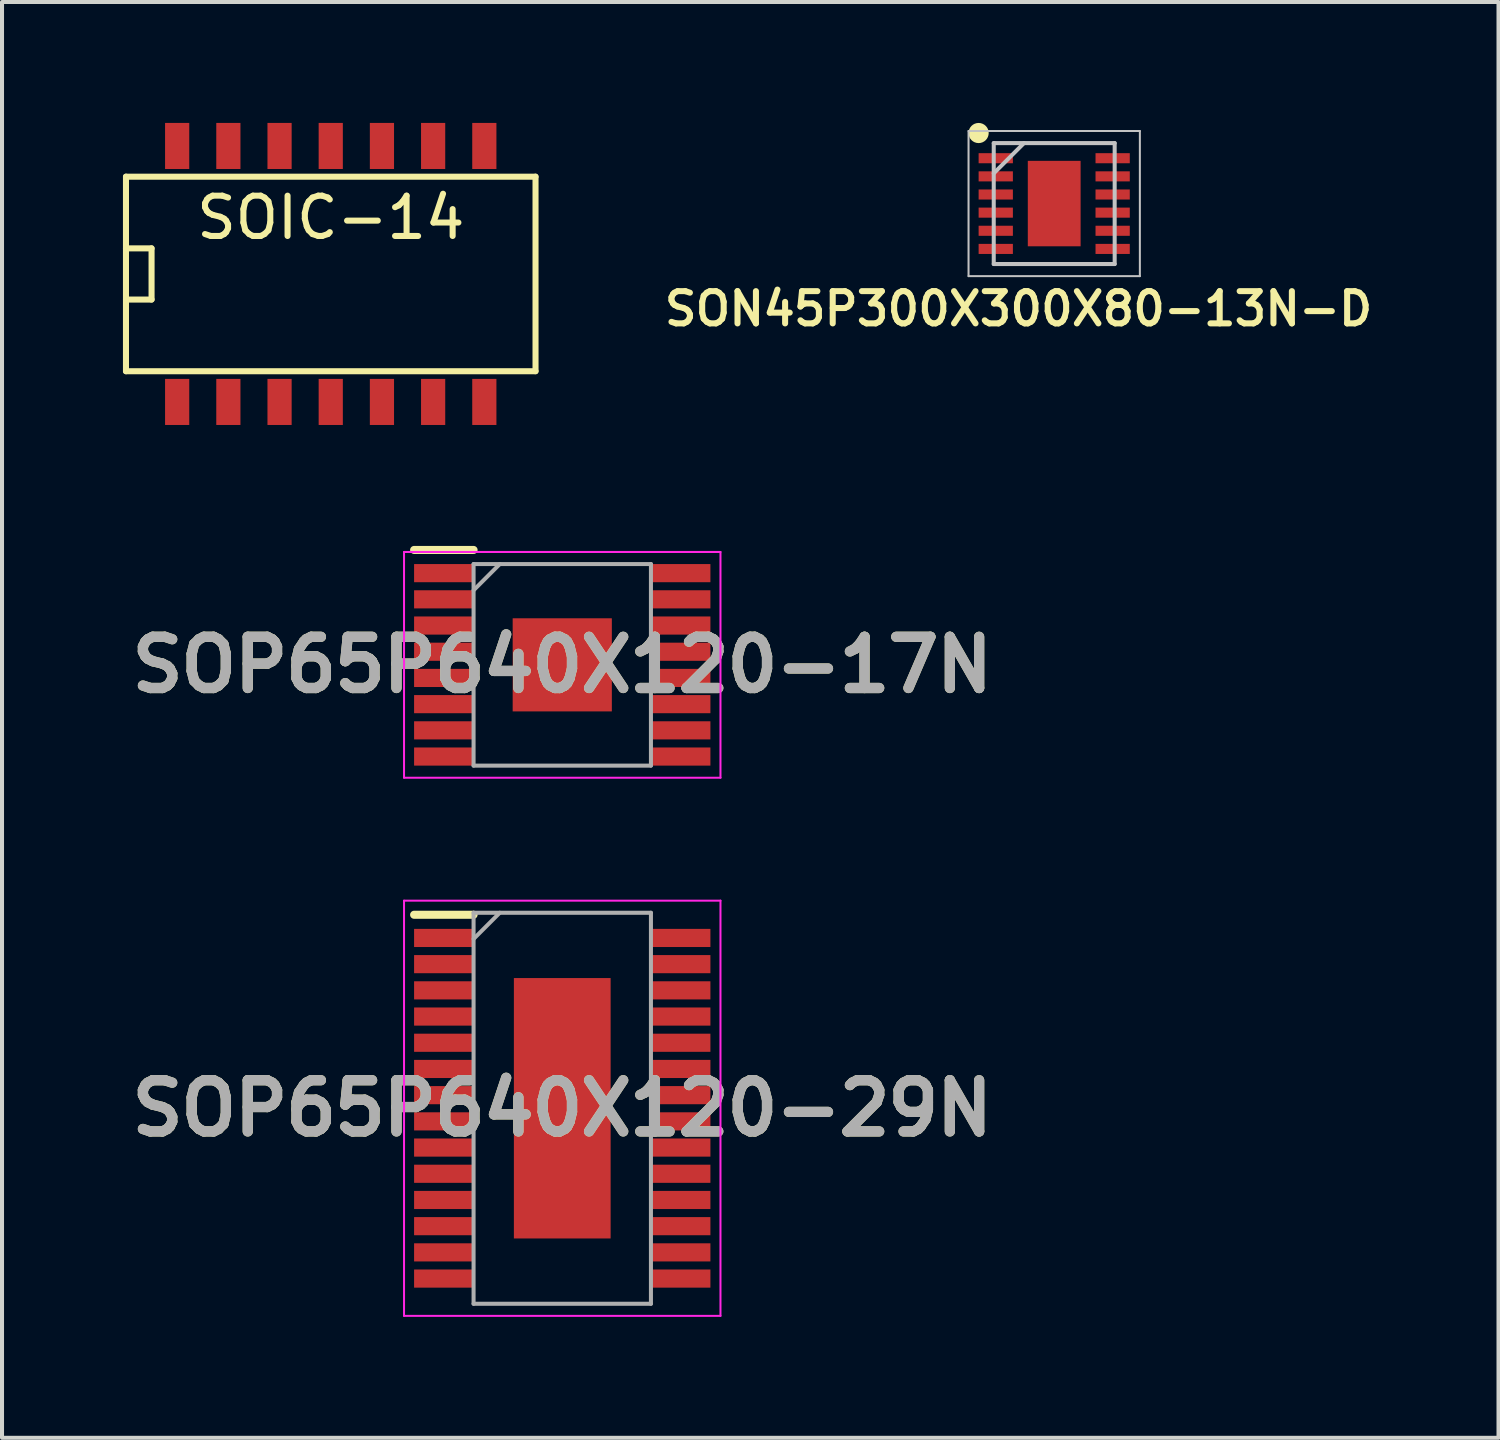
<source format=kicad_pcb>
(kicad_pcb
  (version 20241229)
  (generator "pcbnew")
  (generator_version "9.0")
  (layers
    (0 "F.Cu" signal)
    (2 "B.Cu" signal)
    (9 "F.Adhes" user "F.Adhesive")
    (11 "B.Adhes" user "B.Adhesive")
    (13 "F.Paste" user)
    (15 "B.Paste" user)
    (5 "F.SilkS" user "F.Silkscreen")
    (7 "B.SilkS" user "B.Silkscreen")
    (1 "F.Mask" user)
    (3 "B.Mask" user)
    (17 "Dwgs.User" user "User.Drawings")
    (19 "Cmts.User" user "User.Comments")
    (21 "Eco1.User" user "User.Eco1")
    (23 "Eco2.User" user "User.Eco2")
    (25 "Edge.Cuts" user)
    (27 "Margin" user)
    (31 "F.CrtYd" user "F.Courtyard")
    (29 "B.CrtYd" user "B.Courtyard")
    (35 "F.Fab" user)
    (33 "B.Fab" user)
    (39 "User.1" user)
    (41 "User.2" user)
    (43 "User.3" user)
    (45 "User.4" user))
  (footprint "SOP65P640X120-29N"
    (layer "F.Cu")
    (at 10.898 24.443)
    (property "Reference" "SOP65P640X120-29N" (at 0 0 0) (layer "F.SilkS") (effects (font (size 1.27 1.27) (thickness 0.254))))
    (attr smd)
    (fp_line (start -3.675 -4.8) (end -2.2 -4.8) (stroke (width 0.2) (type solid)) (layer "F.SilkS"))
    (fp_line (start -3.925 -5.15) (end 3.925 -5.15) (stroke (width 0.05) (type solid)) (layer "F.CrtYd"))
    (fp_line (start -3.925 5.15) (end -3.925 -5.15) (stroke (width 0.05) (type solid)) (layer "F.CrtYd"))
    (fp_line (start 3.925 -5.15) (end 3.925 5.15) (stroke (width 0.05) (type solid)) (layer "F.CrtYd"))
    (fp_line (start 3.925 5.15) (end -3.925 5.15) (stroke (width 0.05) (type solid)) (layer "F.CrtYd"))
    (fp_line (start -2.2 -4.85) (end 2.2 -4.85) (stroke (width 0.1) (type solid)) (layer "F.Fab"))
    (fp_line (start -2.2 -4.2) (end -1.55 -4.85) (stroke (width 0.1) (type solid)) (layer "F.Fab"))
    (fp_line (start -2.2 4.85) (end -2.2 -4.85) (stroke (width 0.1) (type solid)) (layer "F.Fab"))
    (fp_line (start 2.2 -4.85) (end 2.2 4.85) (stroke (width 0.1) (type solid)) (layer "F.Fab"))
    (fp_line (start 2.2 4.85) (end -2.2 4.85) (stroke (width 0.1) (type solid)) (layer "F.Fab"))
    (fp_text user "${REFERENCE}" (at 0 0 0) (layer "F.Fab") (effects (font (size 1.27 1.27) (thickness 0.254))))
    (pad "1" smd rect (at -2.938 -4.225 90) (size 0.45 1.475) (layers "F.Cu" "F.Mask" "F.Paste"))
    (pad "2" smd rect (at -2.938 -3.575 90) (size 0.45 1.475) (layers "F.Cu" "F.Mask" "F.Paste"))
    (pad "3" smd rect (at -2.938 -2.925 90) (size 0.45 1.475) (layers "F.Cu" "F.Mask" "F.Paste"))
    (pad "4" smd rect (at -2.938 -2.275 90) (size 0.45 1.475) (layers "F.Cu" "F.Mask" "F.Paste"))
    (pad "5" smd rect (at -2.938 -1.625 90) (size 0.45 1.475) (layers "F.Cu" "F.Mask" "F.Paste"))
    (pad "6" smd rect (at -2.938 -0.975 90) (size 0.45 1.475) (layers "F.Cu" "F.Mask" "F.Paste"))
    (pad "7" smd rect (at -2.938 -0.325 90) (size 0.45 1.475) (layers "F.Cu" "F.Mask" "F.Paste"))
    (pad "8" smd rect (at -2.938 0.325 90) (size 0.45 1.475) (layers "F.Cu" "F.Mask" "F.Paste"))
    (pad "9" smd rect (at -2.938 0.975 90) (size 0.45 1.475) (layers "F.Cu" "F.Mask" "F.Paste"))
    (pad "10" smd rect (at -2.938 1.625 90) (size 0.45 1.475) (layers "F.Cu" "F.Mask" "F.Paste"))
    (pad "11" smd rect (at -2.938 2.275 90) (size 0.45 1.475) (layers "F.Cu" "F.Mask" "F.Paste"))
    (pad "12" smd rect (at -2.938 2.925 90) (size 0.45 1.475) (layers "F.Cu" "F.Mask" "F.Paste"))
    (pad "13" smd rect (at -2.938 3.575 90) (size 0.45 1.475) (layers "F.Cu" "F.Mask" "F.Paste"))
    (pad "14" smd rect (at -2.938 4.225 90) (size 0.45 1.475) (layers "F.Cu" "F.Mask" "F.Paste"))
    (pad "15" smd rect (at 2.938 4.225 90) (size 0.45 1.475) (layers "F.Cu" "F.Mask" "F.Paste"))
    (pad "16" smd rect (at 2.938 3.575 90) (size 0.45 1.475) (layers "F.Cu" "F.Mask" "F.Paste"))
    (pad "17" smd rect (at 2.938 2.925 90) (size 0.45 1.475) (layers "F.Cu" "F.Mask" "F.Paste"))
    (pad "18" smd rect (at 2.938 2.275 90) (size 0.45 1.475) (layers "F.Cu" "F.Mask" "F.Paste"))
    (pad "19" smd rect (at 2.938 1.625 90) (size 0.45 1.475) (layers "F.Cu" "F.Mask" "F.Paste"))
    (pad "20" smd rect (at 2.938 0.975 90) (size 0.45 1.475) (layers "F.Cu" "F.Mask" "F.Paste"))
    (pad "21" smd rect (at 2.938 0.325 90) (size 0.45 1.475) (layers "F.Cu" "F.Mask" "F.Paste"))
    (pad "22" smd rect (at 2.938 -0.325 90) (size 0.45 1.475) (layers "F.Cu" "F.Mask" "F.Paste"))
    (pad "23" smd rect (at 2.938 -0.975 90) (size 0.45 1.475) (layers "F.Cu" "F.Mask" "F.Paste"))
    (pad "24" smd rect (at 2.938 -1.625 90) (size 0.45 1.475) (layers "F.Cu" "F.Mask" "F.Paste"))
    (pad "25" smd rect (at 2.938 -2.275 90) (size 0.45 1.475) (layers "F.Cu" "F.Mask" "F.Paste"))
    (pad "26" smd rect (at 2.938 -2.925 90) (size 0.45 1.475) (layers "F.Cu" "F.Mask" "F.Paste"))
    (pad "27" smd rect (at 2.938 -3.575 90) (size 0.45 1.475) (layers "F.Cu" "F.Mask" "F.Paste"))
    (pad "28" smd rect (at 2.938 -4.225 90) (size 0.45 1.475) (layers "F.Cu" "F.Mask" "F.Paste"))
    (pad "29" smd rect (at 0 0) (size 2.4 6.46) (layers "F.Cu" "F.Mask" "F.Paste")))
  (footprint "SON45P300X300X80-13N-D"
    (layer "F.Cu")
    (at 23.102 2)
    (property "Reference" "SON45P300X300X80-13N-D" (at -0.885 2.61 0) (layer "F.SilkS") (effects (font (size 0.8 0.8) (thickness 0.15))))
    (attr smd)
    (fp_circle (center -1.875 -1.75) (end -1.875 -1.625) (stroke (width 0.25) (type solid)) (fill no) (layer "F.SilkS"))
    (fp_line (start -2.125 -1.8) (end 2.125 -1.8) (stroke (width 0.05) (type solid)) (layer "Dwgs.User"))
    (fp_line (start -2.125 1.8) (end -2.125 -1.8) (stroke (width 0.05) (type solid)) (layer "Dwgs.User"))
    (fp_line (start -1.5 -1.5) (end 1.5 -1.5) (stroke (width 0.1) (type solid)) (layer "Dwgs.User"))
    (fp_line (start -1.5 -0.75) (end -0.75 -1.5) (stroke (width 0.1) (type solid)) (layer "Dwgs.User"))
    (fp_line (start -1.5 1.5) (end -1.5 -1.5) (stroke (width 0.1) (type solid)) (layer "Dwgs.User"))
    (fp_line (start 1.5 -1.5) (end 1.5 1.5) (stroke (width 0.1) (type solid)) (layer "Dwgs.User"))
    (fp_line (start 1.5 1.5) (end -1.5 1.5) (stroke (width 0.1) (type solid)) (layer "Dwgs.User"))
    (fp_line (start 2.125 -1.8) (end 2.125 1.8) (stroke (width 0.05) (type solid)) (layer "Dwgs.User"))
    (fp_line (start 2.125 1.8) (end -2.125 1.8) (stroke (width 0.05) (type solid)) (layer "Dwgs.User"))
    (pad "1" smd rect (at -1.45 -1.125 90) (size 0.25 0.85) (layers "F.Cu" "F.Mask" "F.Paste"))
    (pad "2" smd rect (at -1.45 -0.675 90) (size 0.25 0.85) (layers "F.Cu" "F.Mask" "F.Paste"))
    (pad "3" smd rect (at -1.45 -0.225 90) (size 0.25 0.85) (layers "F.Cu" "F.Mask" "F.Paste"))
    (pad "4" smd rect (at -1.45 0.225 90) (size 0.25 0.85) (layers "F.Cu" "F.Mask" "F.Paste"))
    (pad "5" smd rect (at -1.45 0.675 90) (size 0.25 0.85) (layers "F.Cu" "F.Mask" "F.Paste"))
    (pad "6" smd rect (at -1.45 1.125 90) (size 0.25 0.85) (layers "F.Cu" "F.Mask" "F.Paste"))
    (pad "7" smd rect (at 1.45 1.125 90) (size 0.25 0.85) (layers "F.Cu" "F.Mask" "F.Paste"))
    (pad "8" smd rect (at 1.45 0.675 90) (size 0.25 0.85) (layers "F.Cu" "F.Mask" "F.Paste"))
    (pad "9" smd rect (at 1.45 0.225 90) (size 0.25 0.85) (layers "F.Cu" "F.Mask" "F.Paste"))
    (pad "10" smd rect (at 1.45 -0.225 90) (size 0.25 0.85) (layers "F.Cu" "F.Mask" "F.Paste"))
    (pad "11" smd rect (at 1.45 -0.675 90) (size 0.25 0.85) (layers "F.Cu" "F.Mask" "F.Paste"))
    (pad "12" smd rect (at 1.45 -1.125 90) (size 0.25 0.85) (layers "F.Cu" "F.Mask" "F.Paste"))
    (pad "13" smd rect (at 0 0) (size 1.31 2.12) (layers "F.Cu" "F.Paste")))
  (footprint "SOP65P640X120-17N"
    (layer "F.Cu")
    (at 10.898 13.443)
    (property "Reference" "SOP65P640X120-17N" (at 0 0 0) (layer "F.SilkS") (effects (font (size 1.27 1.27) (thickness 0.254))))
    (attr smd)
    (fp_line (start -3.675 -2.85) (end -2.2 -2.85) (stroke (width 0.2) (type solid)) (layer "F.SilkS"))
    (fp_line (start -3.925 -2.8) (end 3.925 -2.8) (stroke (width 0.05) (type solid)) (layer "F.CrtYd"))
    (fp_line (start -3.925 2.8) (end -3.925 -2.8) (stroke (width 0.05) (type solid)) (layer "F.CrtYd"))
    (fp_line (start 3.925 -2.8) (end 3.925 2.8) (stroke (width 0.05) (type solid)) (layer "F.CrtYd"))
    (fp_line (start 3.925 2.8) (end -3.925 2.8) (stroke (width 0.05) (type solid)) (layer "F.CrtYd"))
    (fp_line (start -2.2 -2.5) (end 2.2 -2.5) (stroke (width 0.1) (type solid)) (layer "F.Fab"))
    (fp_line (start -2.2 -1.85) (end -1.55 -2.5) (stroke (width 0.1) (type solid)) (layer "F.Fab"))
    (fp_line (start -2.2 2.5) (end -2.2 -2.5) (stroke (width 0.1) (type solid)) (layer "F.Fab"))
    (fp_line (start 2.2 -2.5) (end 2.2 2.5) (stroke (width 0.1) (type solid)) (layer "F.Fab"))
    (fp_line (start 2.2 2.5) (end -2.2 2.5) (stroke (width 0.1) (type solid)) (layer "F.Fab"))
    (fp_text user "${REFERENCE}" (at 0 0 0) (layer "F.Fab") (effects (font (size 1.27 1.27) (thickness 0.254))))
    (pad "1" smd rect (at -2.938 -2.275 90) (size 0.45 1.475) (layers "F.Cu" "F.Mask" "F.Paste"))
    (pad "2" smd rect (at -2.938 -1.625 90) (size 0.45 1.475) (layers "F.Cu" "F.Mask" "F.Paste"))
    (pad "3" smd rect (at -2.938 -0.975 90) (size 0.45 1.475) (layers "F.Cu" "F.Mask" "F.Paste"))
    (pad "4" smd rect (at -2.938 -0.325 90) (size 0.45 1.475) (layers "F.Cu" "F.Mask" "F.Paste"))
    (pad "5" smd rect (at -2.938 0.325 90) (size 0.45 1.475) (layers "F.Cu" "F.Mask" "F.Paste"))
    (pad "6" smd rect (at -2.938 0.975 90) (size 0.45 1.475) (layers "F.Cu" "F.Mask" "F.Paste"))
    (pad "7" smd rect (at -2.938 1.625 90) (size 0.45 1.475) (layers "F.Cu" "F.Mask" "F.Paste"))
    (pad "8" smd rect (at -2.938 2.275 90) (size 0.45 1.475) (layers "F.Cu" "F.Mask" "F.Paste"))
    (pad "9" smd rect (at 2.938 2.275 90) (size 0.45 1.475) (layers "F.Cu" "F.Mask" "F.Paste"))
    (pad "10" smd rect (at 2.938 1.625 90) (size 0.45 1.475) (layers "F.Cu" "F.Mask" "F.Paste"))
    (pad "11" smd rect (at 2.938 0.975 90) (size 0.45 1.475) (layers "F.Cu" "F.Mask" "F.Paste"))
    (pad "12" smd rect (at 2.938 0.325 90) (size 0.45 1.475) (layers "F.Cu" "F.Mask" "F.Paste"))
    (pad "13" smd rect (at 2.938 -0.325 90) (size 0.45 1.475) (layers "F.Cu" "F.Mask" "F.Paste"))
    (pad "14" smd rect (at 2.938 -0.975 90) (size 0.45 1.475) (layers "F.Cu" "F.Mask" "F.Paste"))
    (pad "15" smd rect (at 2.938 -1.625 90) (size 0.45 1.475) (layers "F.Cu" "F.Mask" "F.Paste"))
    (pad "16" smd rect (at 2.938 -2.275 90) (size 0.45 1.475) (layers "F.Cu" "F.Mask" "F.Paste"))
    (pad "17" smd rect (at 0 0 90) (size 2.31 2.46) (layers "F.Cu" "F.Mask" "F.Paste")))
  (footprint "SOIC-14"
    (layer "F.Cu")
    (at 5.155 3.619)
    (property "Reference" "SOIC-14" (at 0 -1.27 0) (layer "F.SilkS") (effects (font (size 1 1) (thickness 0.15))))
    (attr smd)
    (fp_line (start -5.08 -2.286) (end 5.08 -2.286) (stroke (width 0.15) (type solid)) (layer "F.SilkS"))
    (fp_line (start -5.08 -0.508) (end -4.445 -0.508) (stroke (width 0.15) (type solid)) (layer "F.SilkS"))
    (fp_line (start -5.08 2.54) (end -5.08 -2.286) (stroke (width 0.15) (type solid)) (layer "F.SilkS"))
    (fp_line (start -4.445 -0.508) (end -4.445 0.762) (stroke (width 0.15) (type solid)) (layer "F.SilkS"))
    (fp_line (start -4.445 0.762) (end -5.08 0.762) (stroke (width 0.15) (type solid)) (layer "F.SilkS"))
    (fp_line (start 5.08 -2.286) (end 5.08 2.54) (stroke (width 0.15) (type solid)) (layer "F.SilkS"))
    (fp_line (start 5.08 2.54) (end -5.08 2.54) (stroke (width 0.15) (type solid)) (layer "F.SilkS"))
    (pad "1" smd rect (at -3.81 3.302) (size 0.6 1.143) (layers "F.Cu" "F.Mask" "F.Paste"))
    (pad "2" smd rect (at -2.54 3.302) (size 0.6 1.143) (layers "F.Cu" "F.Mask" "F.Paste"))
    (pad "3" smd rect (at -1.27 3.302) (size 0.6 1.143) (layers "F.Cu" "F.Mask" "F.Paste"))
    (pad "4" smd rect (at 0 3.302) (size 0.6 1.143) (layers "F.Cu" "F.Mask" "F.Paste"))
    (pad "5" smd rect (at 1.27 3.302) (size 0.6 1.143) (layers "F.Cu" "F.Mask" "F.Paste"))
    (pad "6" smd rect (at 2.54 3.302) (size 0.6 1.143) (layers "F.Cu" "F.Mask" "F.Paste"))
    (pad "7" smd rect (at 3.81 3.302) (size 0.6 1.143) (layers "F.Cu" "F.Mask" "F.Paste"))
    (pad "8" smd rect (at 3.81 -3.048) (size 0.6 1.143) (layers "F.Cu" "F.Mask" "F.Paste"))
    (pad "9" smd rect (at 2.54 -3.048) (size 0.6 1.143) (layers "F.Cu" "F.Mask" "F.Paste"))
    (pad "10" smd rect (at 1.27 -3.048) (size 0.6 1.143) (layers "F.Cu" "F.Mask" "F.Paste"))
    (pad "11" smd rect (at 0 -3.048) (size 0.6 1.143) (layers "F.Cu" "F.Mask" "F.Paste"))
    (pad "12" smd rect (at -1.27 -3.048) (size 0.6 1.143) (layers "F.Cu" "F.Mask" "F.Paste"))
    (pad "13" smd rect (at -2.54 -3.048) (size 0.6 1.143) (layers "F.Cu" "F.Mask" "F.Paste"))
    (pad "14" smd rect (at -3.81 -3.048) (size 0.6 1.143) (layers "F.Cu" "F.Mask" "F.Paste")))
  (gr_rect
    (start -3 -3)
    (end 34.124 32.618)
    (stroke (width 0.1) (type default))
    (fill no)
    (layer "Edge.Cuts")))
</source>
